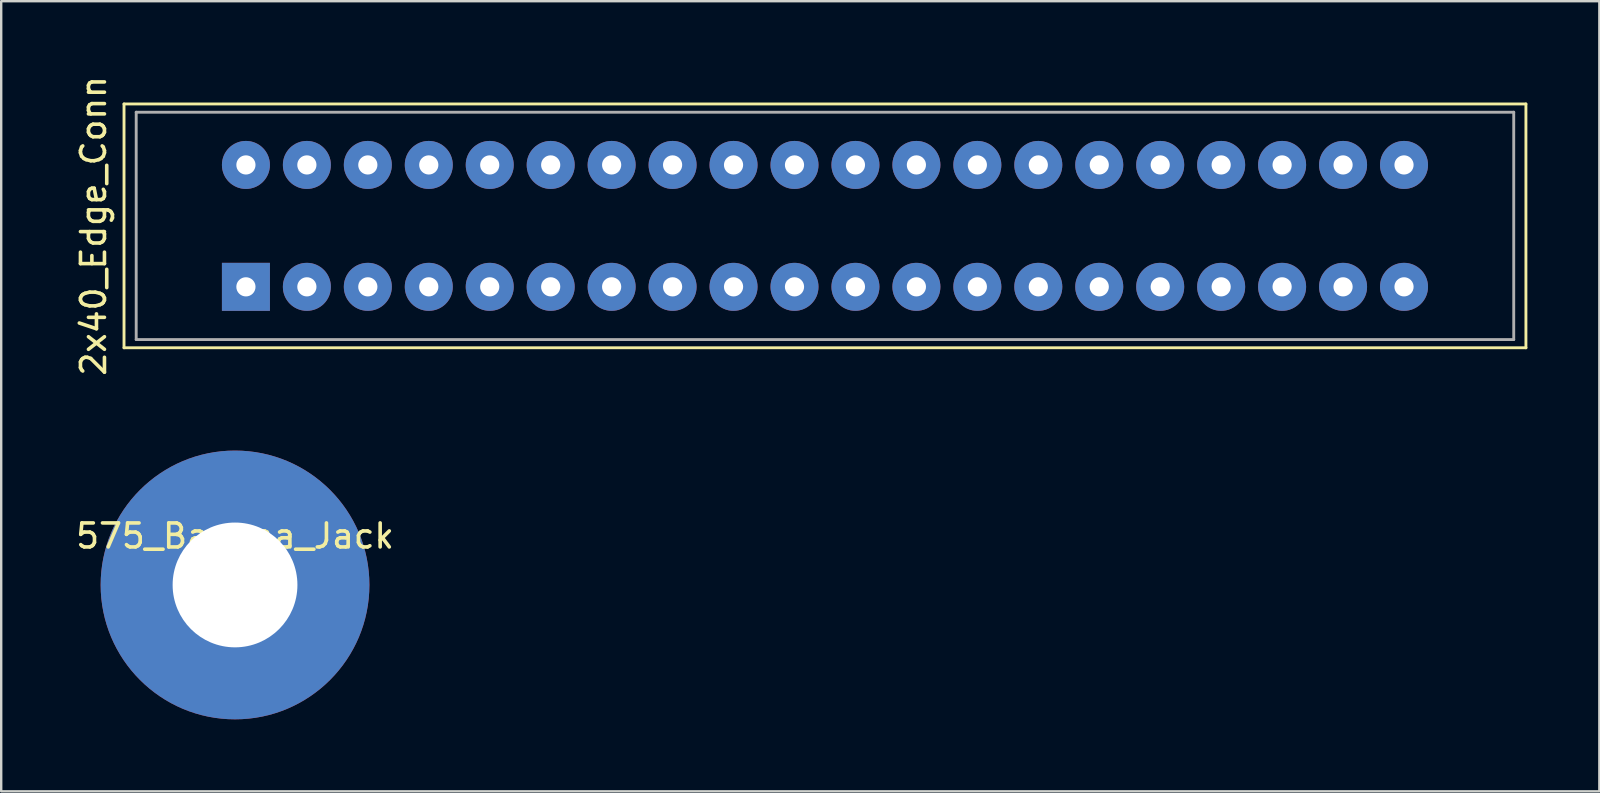
<source format=kicad_pcb>
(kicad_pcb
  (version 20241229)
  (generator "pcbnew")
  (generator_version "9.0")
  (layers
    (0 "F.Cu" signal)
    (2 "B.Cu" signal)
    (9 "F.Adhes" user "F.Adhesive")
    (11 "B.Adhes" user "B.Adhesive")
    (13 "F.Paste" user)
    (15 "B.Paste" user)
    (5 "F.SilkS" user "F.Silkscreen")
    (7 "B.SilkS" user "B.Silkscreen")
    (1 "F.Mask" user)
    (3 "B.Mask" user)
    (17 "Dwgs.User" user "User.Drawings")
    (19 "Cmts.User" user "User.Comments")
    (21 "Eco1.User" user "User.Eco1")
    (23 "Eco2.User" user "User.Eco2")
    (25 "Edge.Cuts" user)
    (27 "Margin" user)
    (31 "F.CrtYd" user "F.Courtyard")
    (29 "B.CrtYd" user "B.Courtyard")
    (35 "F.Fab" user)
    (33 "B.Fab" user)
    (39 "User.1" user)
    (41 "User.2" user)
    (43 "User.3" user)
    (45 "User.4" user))
  (footprint "2x40_Edge_Conn"
    (layer "F.Cu")
    (at 7.198 6.363)
    (property "Reference" "2x40_Edge_Conn" (at -6.35 0 90) (layer "F.SilkS") (effects (font (size 1 1) (thickness 0.15))))
    (attr through_hole)
    (fp_line (start -5.08 -5.08) (end -5.08 5.08) (stroke (width 0.12) (type solid)) (layer "F.SilkS"))
    (fp_line (start -5.08 5.08) (end 53.34 5.08) (stroke (width 0.12) (type solid)) (layer "F.SilkS"))
    (fp_line (start 53.34 -5.08) (end -5.08 -5.08) (stroke (width 0.12) (type solid)) (layer "F.SilkS"))
    (fp_line (start 53.34 5.08) (end 53.34 -5.08) (stroke (width 0.12) (type solid)) (layer "F.SilkS"))
    (fp_line (start -4.572 -4.737) (end 52.832 -4.737) (stroke (width 0.12) (type solid)) (layer "F.Fab"))
    (fp_line (start -4.572 4.737) (end -4.572 -4.737) (stroke (width 0.12) (type solid)) (layer "F.Fab"))
    (fp_line (start -4.572 4.737) (end 52.832 4.737) (stroke (width 0.12) (type solid)) (layer "F.Fab"))
    (fp_line (start 52.832 4.737) (end 52.832 -4.737) (stroke (width 0.12) (type solid)) (layer "F.Fab"))
    (pad "1" thru_hole rect (at 0 2.54) (size 2 2) (drill 0.8) (layers "*.Cu" "*.Mask"))
    (pad "2" thru_hole circle (at 0 -2.54) (size 2 2) (drill 0.8) (layers "*.Cu" "*.Mask"))
    (pad "3" thru_hole circle (at 2.54 2.54) (size 2 2) (drill 0.8) (layers "*.Cu" "*.Mask"))
    (pad "4" thru_hole circle (at 2.54 -2.54) (size 2 2) (drill 0.8) (layers "*.Cu" "*.Mask"))
    (pad "5" thru_hole circle (at 5.08 2.54) (size 2 2) (drill 0.8) (layers "*.Cu" "*.Mask"))
    (pad "6" thru_hole circle (at 5.08 -2.54) (size 2 2) (drill 0.8) (layers "*.Cu" "*.Mask"))
    (pad "7" thru_hole circle (at 7.62 2.54) (size 2 2) (drill 0.8) (layers "*.Cu" "*.Mask"))
    (pad "8" thru_hole circle (at 7.62 -2.54) (size 2 2) (drill 0.8) (layers "*.Cu" "*.Mask"))
    (pad "9" thru_hole circle (at 10.16 2.54) (size 2 2) (drill 0.8) (layers "*.Cu" "*.Mask"))
    (pad "10" thru_hole circle (at 10.16 -2.54) (size 2 2) (drill 0.8) (layers "*.Cu" "*.Mask"))
    (pad "11" thru_hole circle (at 12.7 2.54) (size 2 2) (drill 0.8) (layers "*.Cu" "*.Mask"))
    (pad "12" thru_hole circle (at 12.7 -2.54) (size 2 2) (drill 0.8) (layers "*.Cu" "*.Mask"))
    (pad "13" thru_hole circle (at 15.24 2.54) (size 2 2) (drill 0.8) (layers "*.Cu" "*.Mask"))
    (pad "14" thru_hole circle (at 15.24 -2.54) (size 2 2) (drill 0.8) (layers "*.Cu" "*.Mask"))
    (pad "15" thru_hole circle (at 17.78 2.54) (size 2 2) (drill 0.8) (layers "*.Cu" "*.Mask"))
    (pad "16" thru_hole circle (at 17.78 -2.54) (size 2 2) (drill 0.8) (layers "*.Cu" "*.Mask"))
    (pad "17" thru_hole circle (at 20.32 2.54) (size 2 2) (drill 0.8) (layers "*.Cu" "*.Mask"))
    (pad "18" thru_hole circle (at 20.32 -2.54) (size 2 2) (drill 0.8) (layers "*.Cu" "*.Mask"))
    (pad "19" thru_hole circle (at 22.86 2.54) (size 2 2) (drill 0.8) (layers "*.Cu" "*.Mask"))
    (pad "20" thru_hole circle (at 22.86 -2.54) (size 2 2) (drill 0.8) (layers "*.Cu" "*.Mask"))
    (pad "21" thru_hole circle (at 25.4 2.54) (size 2 2) (drill 0.8) (layers "*.Cu" "*.Mask"))
    (pad "22" thru_hole circle (at 25.4 -2.54) (size 2 2) (drill 0.8) (layers "*.Cu" "*.Mask"))
    (pad "23" thru_hole circle (at 27.94 2.54) (size 2 2) (drill 0.8) (layers "*.Cu" "*.Mask"))
    (pad "24" thru_hole circle (at 27.94 -2.54) (size 2 2) (drill 0.8) (layers "*.Cu" "*.Mask"))
    (pad "25" thru_hole circle (at 30.48 2.54) (size 2 2) (drill 0.8) (layers "*.Cu" "*.Mask"))
    (pad "26" thru_hole circle (at 30.48 -2.54) (size 2 2) (drill 0.8) (layers "*.Cu" "*.Mask"))
    (pad "27" thru_hole circle (at 33.02 2.54) (size 2 2) (drill 0.8) (layers "*.Cu" "*.Mask"))
    (pad "28" thru_hole circle (at 33.02 -2.54) (size 2 2) (drill 0.8) (layers "*.Cu" "*.Mask"))
    (pad "29" thru_hole circle (at 35.56 2.54) (size 2 2) (drill 0.8) (layers "*.Cu" "*.Mask"))
    (pad "30" thru_hole circle (at 35.56 -2.54) (size 2 2) (drill 0.8) (layers "*.Cu" "*.Mask"))
    (pad "31" thru_hole circle (at 38.1 2.54) (size 2 2) (drill 0.8) (layers "*.Cu" "*.Mask"))
    (pad "32" thru_hole circle (at 38.1 -2.54) (size 2 2) (drill 0.8) (layers "*.Cu" "*.Mask"))
    (pad "33" thru_hole circle (at 40.64 2.54) (size 2 2) (drill 0.8) (layers "*.Cu" "*.Mask"))
    (pad "34" thru_hole circle (at 40.64 -2.54) (size 2 2) (drill 0.8) (layers "*.Cu" "*.Mask"))
    (pad "35" thru_hole circle (at 43.18 2.54) (size 2 2) (drill 0.8) (layers "*.Cu" "*.Mask"))
    (pad "36" thru_hole circle (at 43.18 -2.54) (size 2 2) (drill 0.8) (layers "*.Cu" "*.Mask"))
    (pad "37" thru_hole circle (at 45.72 2.54) (size 2 2) (drill 0.8) (layers "*.Cu" "*.Mask"))
    (pad "38" thru_hole circle (at 45.72 -2.54) (size 2 2) (drill 0.8) (layers "*.Cu" "*.Mask"))
    (pad "39" thru_hole circle (at 48.26 2.54) (size 2 2) (drill 0.8) (layers "*.Cu" "*.Mask"))
    (pad "40" thru_hole circle (at 48.26 -2.54) (size 2 2) (drill 0.8) (layers "*.Cu" "*.Mask")))
  (footprint "575_Banana_Jack"
    (layer "F.Cu")
    (at 6.744 18.786)
    (property "Reference" "575_Banana_Jack" (at 0 0.5 0) (layer "F.SilkS") (effects (font (size 1 1) (thickness 0.15))))
    (attr through_hole)
    (pad "1" thru_hole circle (at 0 2.54) (size 11.2 11.2) (drill 5.2) (layers "*.Cu" "*.Mask")))
  (gr_rect
    (start -3 -3)
    (end 63.598 29.926)
    (stroke (width 0.1) (type default))
    (fill no)
    (layer "Edge.Cuts")))
</source>
